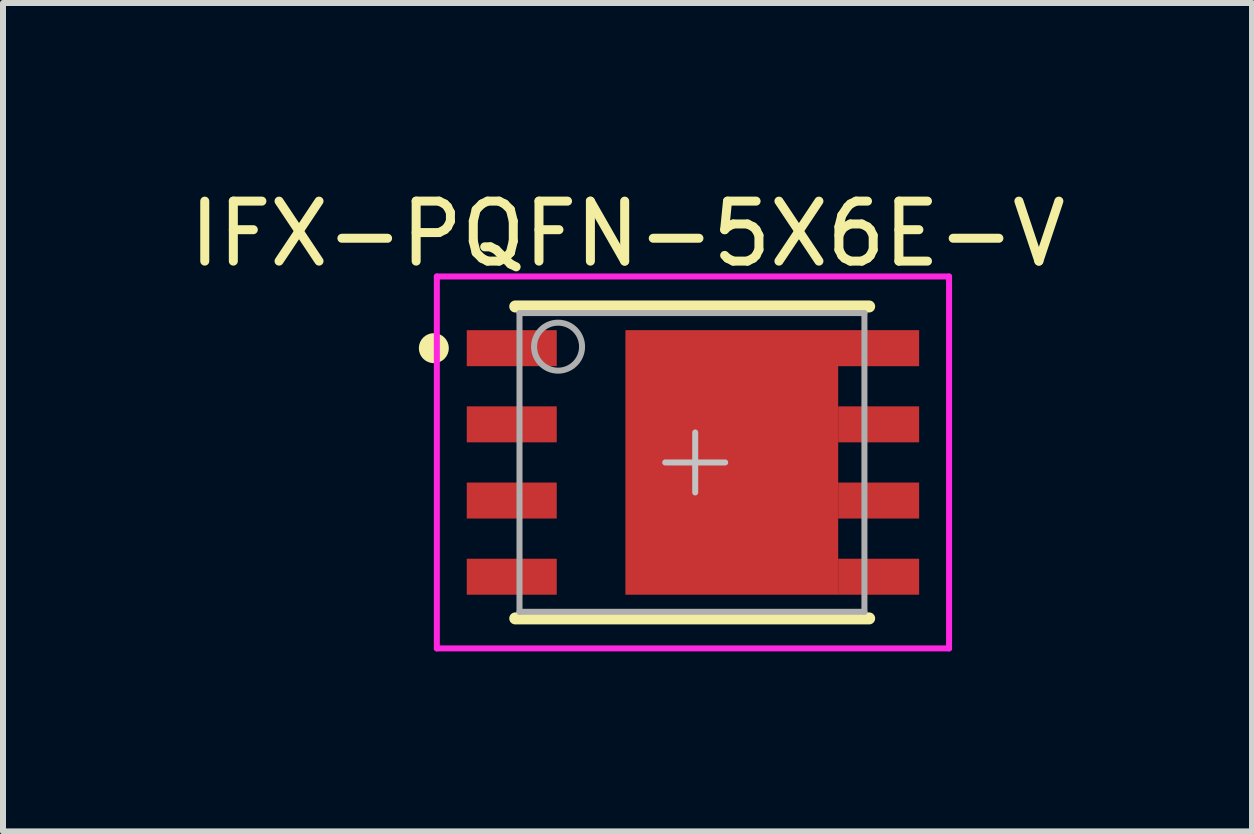
<source format=kicad_pcb>
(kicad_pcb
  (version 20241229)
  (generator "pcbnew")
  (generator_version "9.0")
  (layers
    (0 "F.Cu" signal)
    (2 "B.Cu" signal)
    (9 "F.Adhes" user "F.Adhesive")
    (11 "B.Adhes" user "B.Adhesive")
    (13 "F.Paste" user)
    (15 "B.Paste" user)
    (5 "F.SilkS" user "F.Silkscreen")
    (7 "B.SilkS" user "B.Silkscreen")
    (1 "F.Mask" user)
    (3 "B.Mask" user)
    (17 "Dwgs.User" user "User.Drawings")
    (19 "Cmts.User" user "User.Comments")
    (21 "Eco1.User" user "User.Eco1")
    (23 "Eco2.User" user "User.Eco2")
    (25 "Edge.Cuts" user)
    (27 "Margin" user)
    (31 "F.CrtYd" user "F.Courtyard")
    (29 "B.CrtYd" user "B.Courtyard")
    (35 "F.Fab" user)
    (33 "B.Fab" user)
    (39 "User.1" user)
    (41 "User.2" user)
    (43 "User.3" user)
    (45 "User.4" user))
  (footprint "IFX-PQFN-5X6E-V"
    (layer "F.Cu")
    (at 8.539 4.659)
    (property "Reference" "IFX-PQFN-5X6E-V" (at -1.128 -3.811 0) (layer "F.SilkS") (effects (font (size 1 1) (thickness 0.15))))
    (attr through_hole)
    (fp_poly (pts (xy 2.382 -1.605) (xy 2.382 -2.205) (xy 3.732 -2.205) (xy 3.732 -1.605)) (stroke (width 0.01) (type solid)) (fill yes) (layer "F.Mask"))
    (fp_poly (pts (xy 2.382 -0.335) (xy 2.382 -0.935) (xy 3.732 -0.935) (xy 3.732 -0.335)) (stroke (width 0.01) (type solid)) (fill yes) (layer "F.Mask"))
    (fp_poly (pts (xy 2.382 0.935) (xy 2.382 0.335) (xy 3.732 0.335) (xy 3.732 0.935)) (stroke (width 0.01) (type solid)) (fill yes) (layer "F.Mask"))
    (fp_poly (pts (xy 2.382 2.205) (xy 2.382 1.605) (xy 3.732 1.605) (xy 3.732 2.205)) (stroke (width 0.01) (type solid)) (fill yes) (layer "F.Mask"))
    (fp_poly (pts (xy 3.732 -2.205) (xy -1.163 -2.205) (xy -1.163 2.205) (xy 2.382 2.205) (xy 2.382 -1.605) (xy 3.732 -1.605)) (stroke (width 0.001) (type solid)) (fill yes) (layer "F.Mask"))
    (fp_line (start -3 -2.6) (end 2.9 -2.6) (stroke (width 0.2) (type solid)) (layer "F.SilkS"))
    (fp_line (start -3 2.6) (end 2.9 2.6) (stroke (width 0.2) (type solid)) (layer "F.SilkS"))
    (fp_circle (center -4.357 -1.905) (end -4.232 -1.905) (stroke (width 0.25) (type solid)) (fill no) (layer "F.SilkS"))
    (fp_poly (pts (xy -2.357 -2.155) (xy -2.357 -1.655) (xy -3.757 -1.655) (xy -3.757 -2.155)) (stroke (width 0.01) (type solid)) (fill yes) (layer "F.Paste"))
    (fp_poly (pts (xy -2.357 -0.885) (xy -2.357 -0.385) (xy -3.757 -0.385) (xy -3.757 -0.885)) (stroke (width 0.01) (type solid)) (fill yes) (layer "F.Paste"))
    (fp_poly (pts (xy -2.357 0.385) (xy -2.357 0.885) (xy -3.757 0.885) (xy -3.757 0.385)) (stroke (width 0.01) (type solid)) (fill yes) (layer "F.Paste"))
    (fp_poly (pts (xy -2.357 1.655) (xy -2.357 2.155) (xy -3.757 2.155) (xy -3.757 1.655)) (stroke (width 0.01) (type solid)) (fill yes) (layer "F.Paste"))
    (fp_poly (pts (xy -1.018 -0.1) (xy -1.018 -1.6) (xy 0.482 -1.6) (xy 0.482 -0.1)) (stroke (width 0.01) (type solid)) (fill yes) (layer "F.Paste"))
    (fp_poly (pts (xy -1.018 1.6) (xy -1.018 0.1) (xy 0.482 0.1) (xy 0.482 1.6)) (stroke (width 0.01) (type solid)) (fill yes) (layer "F.Paste"))
    (fp_poly (pts (xy 0.682 -0.1) (xy 0.682 -1.6) (xy 2.182 -1.6) (xy 2.182 -0.1)) (stroke (width 0.01) (type solid)) (fill yes) (layer "F.Paste"))
    (fp_poly (pts (xy 0.682 1.6) (xy 0.682 0.1) (xy 2.182 0.1) (xy 2.182 1.6)) (stroke (width 0.01) (type solid)) (fill yes) (layer "F.Paste"))
    (fp_poly (pts (xy 2.457 -1.655) (xy 2.457 -2.155) (xy 3.657 -2.155) (xy 3.657 -1.655)) (stroke (width 0.01) (type solid)) (fill yes) (layer "F.Paste"))
    (fp_poly (pts (xy 2.457 -0.385) (xy 2.457 -0.885) (xy 3.657 -0.885) (xy 3.657 -0.385)) (stroke (width 0.01) (type solid)) (fill yes) (layer "F.Paste"))
    (fp_poly (pts (xy 2.457 0.885) (xy 2.457 0.385) (xy 3.657 0.385) (xy 3.657 0.885)) (stroke (width 0.01) (type solid)) (fill yes) (layer "F.Paste"))
    (fp_poly (pts (xy 2.457 2.155) (xy 2.457 1.655) (xy 3.657 1.655) (xy 3.657 2.155)) (stroke (width 0.01) (type solid)) (fill yes) (layer "F.Paste"))
    (fp_line (start -0.5 0) (end 0.5 0) (stroke (width 0.1) (type solid)) (layer "Dwgs.User"))
    (fp_line (start 0 0.5) (end 0 -0.5) (stroke (width 0.1) (type solid)) (layer "Dwgs.User"))
    (fp_line (start -4.307 -3.1) (end 4.232 -3.1) (stroke (width 0.1) (type solid)) (layer "F.CrtYd"))
    (fp_line (start -4.307 3.1) (end -4.307 -3.1) (stroke (width 0.1) (type solid)) (layer "F.CrtYd"))
    (fp_line (start 4.232 -3.1) (end 4.232 3.1) (stroke (width 0.1) (type solid)) (layer "F.CrtYd"))
    (fp_line (start 4.232 3.1) (end -4.307 3.1) (stroke (width 0.1) (type solid)) (layer "F.CrtYd"))
    (fp_line (start -2.929 -2.49) (end 2.821 -2.49) (stroke (width 0.1) (type solid)) (layer "F.Fab"))
    (fp_line (start -2.929 2.49) (end -2.929 -2.49) (stroke (width 0.1) (type solid)) (layer "F.Fab"))
    (fp_line (start 2.821 -2.49) (end 2.821 2.49) (stroke (width 0.1) (type solid)) (layer "F.Fab"))
    (fp_line (start 2.821 2.49) (end -2.929 2.49) (stroke (width 0.1) (type solid)) (layer "F.Fab"))
    (fp_circle (center -2.286 -1.93) (end -1.886 -1.93) (stroke (width 0.1) (type solid)) (fill no) (layer "F.Fab"))
    (pad "1" smd rect (at -3.058 -1.905 180) (size 1.5 0.6) (layers "F.Cu" "F.Mask"))
    (pad "2" smd rect (at -3.058 -0.635 180) (size 1.5 0.6) (layers "F.Cu" "F.Mask"))
    (pad "3" smd rect (at -3.058 0.635 180) (size 1.5 0.6) (layers "F.Cu" "F.Mask"))
    (pad "4" smd rect (at -3.058 1.905 180) (size 1.5 0.6) (layers "F.Cu" "F.Mask"))
    (pad "5" smd rect (at 3.058 1.905) (size 1.35 0.6) (layers "F.Cu"))
    (pad "6" smd rect (at 3.058 0.635) (size 1.35 0.6) (layers "F.Cu"))
    (pad "7" smd rect (at 3.058 -0.635) (size 1.35 0.6) (layers "F.Cu"))
    (pad "8" smd custom (at 3.058 -1.905) (size 1.35 0.6) (layers "F.Cu") (options (anchor rect)) (primitives (gr_poly (pts (xy 0.674 -0.3) (xy -4.221 -0.3) (xy -4.221 4.11) (xy -0.675 4.11) (xy -0.675 0.3) (xy 0.674 0.3)) (width 0.001) (fill yes)))))
  (gr_rect
    (start -3 -3)
    (end 17.821 10.809)
    (stroke (width 0.1) (type default))
    (fill no)
    (layer "Edge.Cuts")))
</source>
